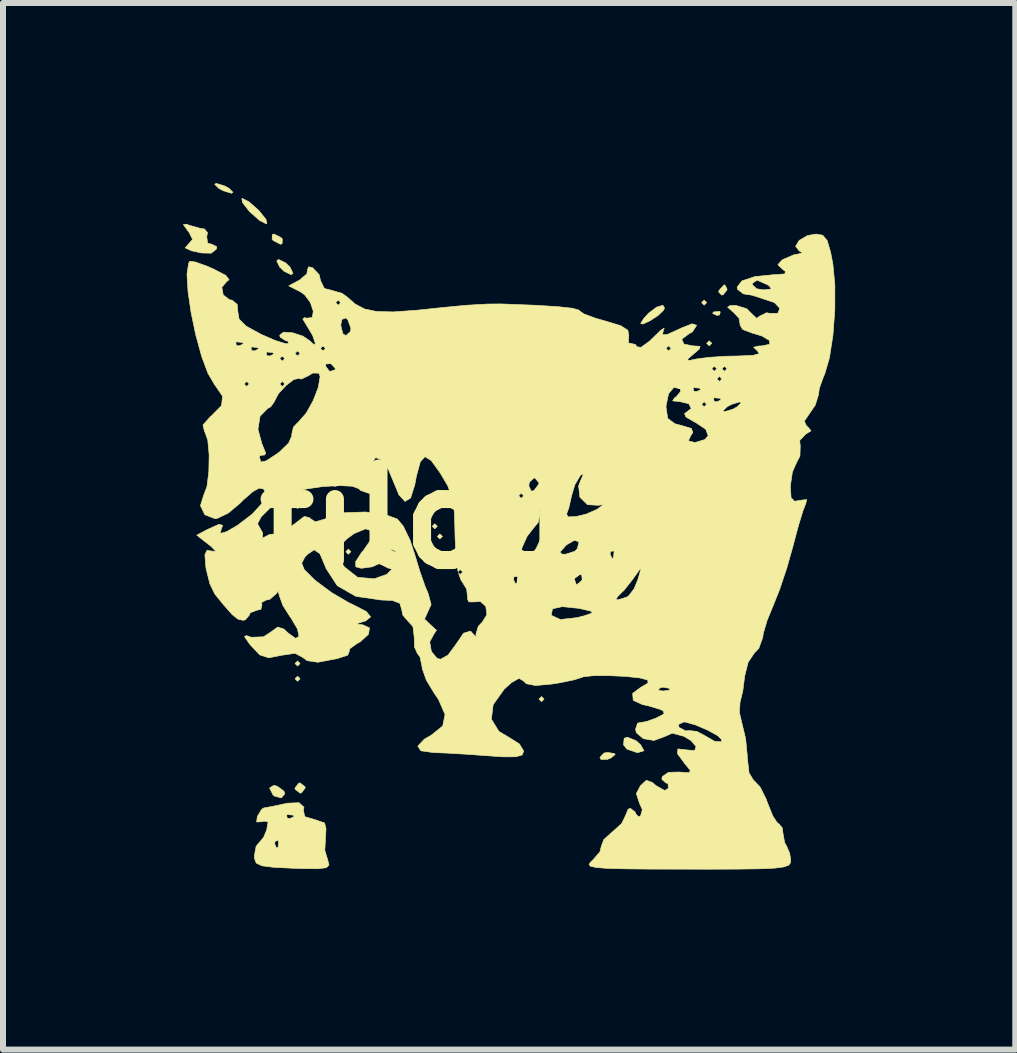
<source format=kicad_pcb>
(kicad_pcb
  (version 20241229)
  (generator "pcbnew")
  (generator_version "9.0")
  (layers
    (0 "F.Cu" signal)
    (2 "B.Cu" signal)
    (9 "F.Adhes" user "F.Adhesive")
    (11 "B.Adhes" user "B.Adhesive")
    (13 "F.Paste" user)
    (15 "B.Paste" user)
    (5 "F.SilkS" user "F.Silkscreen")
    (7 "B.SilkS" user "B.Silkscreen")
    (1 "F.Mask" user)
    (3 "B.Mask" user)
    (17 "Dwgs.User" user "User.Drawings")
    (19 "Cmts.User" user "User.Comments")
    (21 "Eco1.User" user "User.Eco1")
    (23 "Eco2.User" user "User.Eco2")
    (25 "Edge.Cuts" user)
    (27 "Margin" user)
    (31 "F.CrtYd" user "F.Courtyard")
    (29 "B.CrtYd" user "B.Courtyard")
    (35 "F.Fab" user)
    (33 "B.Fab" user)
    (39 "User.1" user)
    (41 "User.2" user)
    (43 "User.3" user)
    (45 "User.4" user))
  (footprint "filou.se"
    (layer "F.Cu")
    (at 5.505 5.59)
    (property "Reference" "filou.se" (at 0 0 0) (layer "F.SilkS") (effects (font (size 1.524 1.524) (thickness 0.3))))
    (attr through_hole)
    (fp_poly (pts (xy -3.556 -0.212) (xy -3.598 -0.169) (xy -3.641 -0.212) (xy -3.598 -0.254) (xy -3.556 -0.212)) (stroke (width 0.01) (type solid)) (fill yes) (layer "F.SilkS"))
    (fp_poly (pts (xy -3.556 2.413) (xy -3.598 2.455) (xy -3.641 2.413) (xy -3.598 2.371) (xy -3.556 2.413)) (stroke (width 0.01) (type solid)) (fill yes) (layer "F.SilkS"))
    (fp_poly (pts (xy -3.556 2.667) (xy -3.598 2.709) (xy -3.641 2.667) (xy -3.598 2.625) (xy -3.556 2.667)) (stroke (width 0.01) (type solid)) (fill yes) (layer "F.SilkS"))
    (fp_poly (pts (xy -2.709 0.55) (xy -2.752 0.593) (xy -2.794 0.55) (xy -2.752 0.508) (xy -2.709 0.55)) (stroke (width 0.01) (type solid)) (fill yes) (layer "F.SilkS"))
    (fp_poly (pts (xy -1.27 0.127) (xy -1.312 0.169) (xy -1.355 0.127) (xy -1.312 0.085) (xy -1.27 0.127)) (stroke (width 0.01) (type solid)) (fill yes) (layer "F.SilkS"))
    (fp_poly (pts (xy -1.185 0.296) (xy -1.228 0.339) (xy -1.27 0.296) (xy -1.228 0.254) (xy -1.185 0.296)) (stroke (width 0.01) (type solid)) (fill yes) (layer "F.SilkS"))
    (fp_poly (pts (xy 0.508 3.006) (xy 0.466 3.048) (xy 0.423 3.006) (xy 0.466 2.963) (xy 0.508 3.006)) (stroke (width 0.01) (type solid)) (fill yes) (layer "F.SilkS"))
    (fp_poly (pts (xy 3.217 -3.598) (xy 3.175 -3.556) (xy 3.133 -3.598) (xy 3.175 -3.641) (xy 3.217 -3.598)) (stroke (width 0.01) (type solid)) (fill yes) (layer "F.SilkS"))
    (fp_poly (pts (xy 3.302 -2.921) (xy 3.26 -2.879) (xy 3.217 -2.921) (xy 3.26 -2.963) (xy 3.302 -2.921)) (stroke (width 0.01) (type solid)) (fill yes) (layer "F.SilkS"))
    (fp_poly (pts (xy 3.443 -3.443) (xy 3.431 -3.393) (xy 3.387 -3.387) (xy 3.317 -3.418) (xy 3.33 -3.443) (xy 3.431 -3.453) (xy 3.443 -3.443)) (stroke (width 0.01) (type solid)) (fill yes) (layer "F.SilkS"))
    (fp_poly (pts (xy -4.814 -5.543) (xy -4.741 -5.503) (xy -4.674 -5.436) (xy -4.699 -5.421) (xy -4.838 -5.463) (xy -4.911 -5.503) (xy -4.978 -5.57) (xy -4.953 -5.585) (xy -4.814 -5.543)) (stroke (width 0.01) (type solid)) (fill yes) (layer "F.SilkS"))
    (fp_poly (pts (xy -3.937 4.457) (xy -3.825 4.54) (xy -3.81 4.581) (xy -3.867 4.652) (xy -3.982 4.622) (xy -4.008 4.6) (xy -4.064 4.488) (xy -3.995 4.443) (xy -3.937 4.457)) (stroke (width 0.01) (type solid)) (fill yes) (layer "F.SilkS"))
    (fp_poly (pts (xy -3.87 -4.68) (xy -3.852 -4.657) (xy -3.856 -4.579) (xy -3.885 -4.572) (xy -4.004 -4.634) (xy -4.022 -4.657) (xy -4.018 -4.735) (xy -3.989 -4.741) (xy -3.87 -4.68)) (stroke (width 0.01) (type solid)) (fill yes) (layer "F.SilkS"))
    (fp_poly (pts (xy -3.796 -4.26) (xy -3.725 -4.191) (xy -3.675 -4.089) (xy -3.705 -4.064) (xy -3.824 -4.122) (xy -3.895 -4.191) (xy -3.945 -4.293) (xy -3.915 -4.318) (xy -3.796 -4.26)) (stroke (width 0.01) (type solid)) (fill yes) (layer "F.SilkS"))
    (fp_poly (pts (xy -3.474 4.467) (xy -3.471 4.487) (xy -3.536 4.57) (xy -3.556 4.572) (xy -3.638 4.508) (xy -3.641 4.487) (xy -3.576 4.405) (xy -3.556 4.403) (xy -3.474 4.467)) (stroke (width 0.01) (type solid)) (fill yes) (layer "F.SilkS"))
    (fp_poly (pts (xy 1.679 3.913) (xy 1.693 3.928) (xy 1.627 3.983) (xy 1.566 4.01) (xy 1.457 4.012) (xy 1.439 3.977) (xy 1.508 3.904) (xy 1.566 3.895) (xy 1.679 3.913)) (stroke (width 0.01) (type solid)) (fill yes) (layer "F.SilkS"))
    (fp_poly (pts (xy 3.555 -3.829) (xy 3.556 -3.81) (xy 3.491 -3.729) (xy 3.466 -3.725) (xy 3.416 -3.777) (xy 3.429 -3.81) (xy 3.505 -3.891) (xy 3.519 -3.895) (xy 3.555 -3.829)) (stroke (width 0.01) (type solid)) (fill yes) (layer "F.SilkS"))
    (fp_poly (pts (xy 2.043 3.7) (xy 2.117 3.768) (xy 2.172 3.866) (xy 2.082 3.894) (xy 2.051 3.895) (xy 1.889 3.839) (xy 1.832 3.768) (xy 1.843 3.658) (xy 1.897 3.641) (xy 2.043 3.7)) (stroke (width 0.01) (type solid)) (fill yes) (layer "F.SilkS"))
    (fp_poly (pts (xy 2.515 -3.508) (xy 2.498 -3.472) (xy 2.407 -3.384) (xy 2.271 -3.295) (xy 2.154 -3.242) (xy 2.117 -3.251) (xy 2.169 -3.334) (xy 2.25 -3.423) (xy 2.383 -3.523) (xy 2.488 -3.555) (xy 2.515 -3.508)) (stroke (width 0.01) (type solid)) (fill yes) (layer "F.SilkS"))
    (fp_poly (pts (xy -4.406 -5.277) (xy -4.25 -5.14) (xy -4.233 -5.122) (xy -4.124 -4.984) (xy -4.109 -4.913) (xy -4.119 -4.911) (xy -4.23 -4.967) (xy -4.386 -5.105) (xy -4.403 -5.122) (xy -4.512 -5.261) (xy -4.527 -5.332) (xy -4.517 -5.334) (xy -4.406 -5.277)) (stroke (width 0.01) (type solid)) (fill yes) (layer "F.SilkS"))
    (fp_poly (pts (xy -5.391 -4.884) (xy -5.217 -4.835) (xy -5.149 -4.826) (xy -5.098 -4.764) (xy -5.111 -4.699) (xy -5.097 -4.59) (xy -5.03 -4.572) (xy -4.944 -4.53) (xy -4.953 -4.487) (xy -5.038 -4.422) (xy -5.201 -4.426) (xy -5.367 -4.463) (xy -5.47 -4.511) (xy -5.415 -4.574) (xy -5.347 -4.652) (xy -5.405 -4.769) (xy -5.424 -4.793) (xy -5.5 -4.899) (xy -5.452 -4.906) (xy -5.391 -4.884)) (stroke (width 0.01) (type solid)) (fill yes) (layer "F.SilkS"))
    (fp_poly (pts (xy -3.492 4.806) (xy -3.5 4.863) (xy -3.478 4.964) (xy -3.319 5.011) (xy -3.148 5.069) (xy -3.124 5.165) (xy -3.144 5.527) (xy -3.092 5.697) (xy -3.074 5.772) (xy -3.12 5.815) (xy -3.261 5.832) (xy -3.528 5.829) (xy -3.673 5.824) (xy -4 5.808) (xy -4.193 5.783) (xy -4.287 5.737) (xy -4.316 5.66) (xy -4.318 5.616) (xy -4.288 5.458) (xy -4.256 5.419) (xy -3.979 5.419) (xy -3.948 5.488) (xy -3.923 5.475) (xy -3.913 5.375) (xy -3.923 5.362) (xy -3.973 5.374) (xy -3.979 5.419) (xy -4.256 5.419) (xy -4.245 5.405) (xy -4.164 5.31) (xy -4.112 5.186) (xy -4.089 5.052) (xy -4.159 5.038) (xy -4.186 5.048) (xy -4.28 5.053) (xy -4.268 4.962) (xy -4.254 4.939) (xy -3.782 4.939) (xy -3.77 4.989) (xy -3.725 4.995) (xy -3.656 4.964) (xy -3.669 4.939) (xy -3.769 4.929) (xy -3.782 4.939) (xy -4.254 4.939) (xy -4.195 4.841) (xy -4.161 4.82) (xy -4.005 4.791) (xy -3.768 4.74) (xy -3.574 4.732) (xy -3.492 4.806)) (stroke (width 0.01) (type solid)) (fill yes) (layer "F.SilkS"))
    (fp_poly (pts (xy 5.151 -4.721) (xy 5.225 -4.633) (xy 5.281 -4.441) (xy 5.319 -4.246) (xy 5.353 -3.892) (xy 5.352 -3.476) (xy 5.32 -3.053) (xy 5.262 -2.678) (xy 5.183 -2.407) (xy 5.167 -2.375) (xy 5.094 -2.172) (xy 5.08 -2.065) (xy 5.026 -1.891) (xy 4.935 -1.758) (xy 4.844 -1.625) (xy 4.881 -1.543) (xy 4.9 -1.531) (xy 4.956 -1.463) (xy 4.867 -1.408) (xy 4.766 -1.301) (xy 4.776 -1.216) (xy 4.771 -1.042) (xy 4.722 -0.95) (xy 4.645 -0.777) (xy 4.611 -0.542) (xy 4.611 -0.537) (xy 4.623 -0.349) (xy 4.682 -0.289) (xy 4.77 -0.305) (xy 4.882 -0.318) (xy 4.87 -0.257) (xy 4.821 -0.13) (xy 4.747 0.112) (xy 4.665 0.419) (xy 4.657 0.45) (xy 4.553 0.819) (xy 4.432 1.182) (xy 4.329 1.439) (xy 4.224 1.696) (xy 4.16 1.912) (xy 4.151 1.98) (xy 4.085 2.162) (xy 4.009 2.242) (xy 3.908 2.393) (xy 3.851 2.619) (xy 3.849 2.632) (xy 3.819 2.872) (xy 3.775 3.051) (xy 3.773 3.055) (xy 3.762 3.228) (xy 3.807 3.42) (xy 3.866 3.663) (xy 3.894 3.953) (xy 3.895 3.988) (xy 3.923 4.235) (xy 4 4.363) (xy 4.01 4.367) (xy 4.107 4.47) (xy 4.208 4.672) (xy 4.235 4.746) (xy 4.319 4.953) (xy 4.396 5.07) (xy 4.416 5.08) (xy 4.476 5.15) (xy 4.487 5.235) (xy 4.516 5.397) (xy 4.546 5.449) (xy 4.6 5.574) (xy 4.616 5.674) (xy 4.614 5.731) (xy 4.583 5.773) (xy 4.502 5.802) (xy 4.35 5.822) (xy 4.105 5.833) (xy 3.747 5.838) (xy 3.253 5.84) (xy 2.886 5.839) (xy 2.303 5.838) (xy 1.87 5.834) (xy 1.568 5.826) (xy 1.378 5.812) (xy 1.281 5.79) (xy 1.257 5.759) (xy 1.288 5.717) (xy 1.319 5.689) (xy 1.439 5.55) (xy 1.464 5.45) (xy 1.505 5.344) (xy 1.647 5.217) (xy 1.648 5.217) (xy 1.802 5.078) (xy 1.863 4.951) (xy 1.909 4.84) (xy 1.947 4.826) (xy 2.029 4.891) (xy 2.032 4.916) (xy 2.084 4.967) (xy 2.115 4.954) (xy 2.146 4.847) (xy 2.099 4.744) (xy 2.045 4.581) (xy 2.113 4.45) (xy 2.212 4.359) (xy 2.311 4.394) (xy 2.374 4.448) (xy 2.517 4.529) (xy 2.579 4.493) (xy 2.573 4.411) (xy 2.538 4.403) (xy 2.471 4.342) (xy 2.477 4.297) (xy 2.581 4.226) (xy 2.759 4.221) (xy 2.925 4.234) (xy 2.946 4.194) (xy 2.857 4.087) (xy 2.73 3.915) (xy 2.738 3.836) (xy 2.879 3.852) (xy 3.017 3.864) (xy 3.041 3.798) (xy 2.957 3.697) (xy 2.839 3.626) (xy 2.644 3.574) (xy 2.504 3.635) (xy 2.34 3.695) (xy 2.162 3.665) (xy 2.046 3.566) (xy 2.032 3.508) (xy 2.059 3.429) (xy 2.746 3.429) (xy 2.755 3.477) (xy 2.872 3.537) (xy 2.912 3.529) (xy 3.053 3.544) (xy 3.174 3.608) (xy 3.348 3.708) (xy 3.456 3.718) (xy 3.471 3.685) (xy 3.402 3.616) (xy 3.235 3.524) (xy 3.036 3.438) (xy 2.868 3.39) (xy 2.836 3.387) (xy 2.746 3.429) (xy 2.059 3.429) (xy 2.067 3.407) (xy 2.095 3.4) (xy 2.214 3.38) (xy 2.371 3.324) (xy 2.507 3.253) (xy 2.495 3.203) (xy 2.441 3.177) (xy 2.227 3.113) (xy 2.149 3.098) (xy 1.994 3.026) (xy 1.984 2.912) (xy 2.055 2.858) (xy 2.407 2.858) (xy 2.491 2.872) (xy 2.6 2.856) (xy 2.602 2.828) (xy 2.488 2.807) (xy 2.439 2.821) (xy 2.407 2.858) (xy 2.055 2.858) (xy 2.123 2.808) (xy 2.124 2.808) (xy 2.24 2.739) (xy 2.235 2.688) (xy 2.101 2.653) (xy 1.864 2.628) (xy 1.587 2.615) (xy 1.332 2.616) (xy 1.163 2.634) (xy 1.138 2.644) (xy 1.012 2.684) (xy 0.784 2.732) (xy 0.647 2.754) (xy 0.367 2.78) (xy 0.212 2.749) (xy 0.166 2.704) (xy 0.091 2.66) (xy -0.035 2.731) (xy -0.156 2.841) (xy -0.34 3.099) (xy -0.369 3.341) (xy -0.245 3.543) (xy -0.076 3.644) (xy 0.096 3.752) (xy 0.169 3.87) (xy 0.169 3.872) (xy 0.143 3.937) (xy 0.04 3.967) (xy -0.17 3.968) (xy -0.445 3.949) (xy -0.794 3.924) (xy -1.116 3.905) (xy -1.333 3.897) (xy -1.544 3.867) (xy -1.595 3.789) (xy -1.485 3.673) (xy -1.369 3.606) (xy -1.18 3.454) (xy -1.141 3.262) (xy -1.251 3.01) (xy -1.323 2.905) (xy -1.454 2.688) (xy -1.522 2.495) (xy -1.524 2.466) (xy -1.558 2.304) (xy -1.601 2.248) (xy -1.651 2.137) (xy -1.654 1.982) (xy -1.676 1.798) (xy -1.747 1.72) (xy -1.844 1.608) (xy -1.863 1.515) (xy -1.894 1.41) (xy -2.017 1.363) (xy -2.206 1.355) (xy -2.627 1.294) (xy -2.937 1.116) (xy -3.125 0.827) (xy -3.132 0.806) (xy -3.224 0.587) (xy -2.947 0.587) (xy -2.86 0.744) (xy -2.815 0.807) (xy -2.598 0.977) (xy -2.322 1.002) (xy -2.111 0.928) (xy -2.001 0.815) (xy -1.948 0.664) (xy -1.967 0.542) (xy -2.032 0.508) (xy -2.109 0.576) (xy -2.117 0.626) (xy -2.189 0.726) (xy -2.354 0.802) (xy -2.535 0.827) (xy -2.628 0.802) (xy -2.63 0.716) (xy -2.533 0.566) (xy -2.501 0.53) (xy -2.363 0.33) (xy -2.359 0.204) (xy -2.464 0.169) (xy -2.652 0.246) (xy -2.773 0.334) (xy -2.92 0.473) (xy -2.947 0.587) (xy -3.224 0.587) (xy -3.226 0.584) (xy -3.321 0.519) (xy -3.44 0.6) (xy -3.478 0.643) (xy -3.529 0.742) (xy -3.487 0.848) (xy -3.33 1.004) (xy -3.298 1.033) (xy -3.034 1.23) (xy -2.748 1.398) (xy -2.688 1.426) (xy -2.454 1.546) (xy -2.38 1.636) (xy -2.463 1.703) (xy -2.519 1.72) (xy -2.618 1.752) (xy -2.552 1.765) (xy -2.512 1.768) (xy -2.4 1.82) (xy -2.417 1.927) (xy -2.551 2.049) (xy -2.61 2.082) (xy -2.73 2.169) (xy -2.741 2.226) (xy -2.765 2.276) (xy -2.941 2.332) (xy -3.26 2.392) (xy -3.438 2.366) (xy -3.514 2.31) (xy -3.639 2.243) (xy -3.859 2.275) (xy -3.862 2.276) (xy -4.078 2.318) (xy -4.227 2.27) (xy -4.383 2.105) (xy -4.403 2.08) (xy -4.483 1.964) (xy -4.446 1.949) (xy -4.369 1.976) (xy -4.165 1.968) (xy -4.055 1.897) (xy -3.928 1.806) (xy -3.826 1.839) (xy -3.754 1.907) (xy -3.629 1.995) (xy -3.575 1.961) (xy -3.599 1.838) (xy -3.704 1.66) (xy -3.719 1.64) (xy -3.843 1.446) (xy -3.901 1.284) (xy -3.901 1.28) (xy -3.923 1.205) (xy -3.951 1.249) (xy -4.062 1.345) (xy -4.118 1.355) (xy -4.2 1.398) (xy -4.191 1.439) (xy -4.21 1.512) (xy -4.271 1.524) (xy -4.387 1.568) (xy -4.403 1.609) (xy -4.47 1.687) (xy -4.511 1.693) (xy -4.59 1.674) (xy -4.687 1.598) (xy -4.832 1.434) (xy -4.977 1.255) (xy -5.06 1.082) (xy -5.121 0.837) (xy -5.126 0.804) (xy -5.142 0.602) (xy -5.107 0.528) (xy -5.017 0.542) (xy -4.96 0.543) (xy -5.041 0.46) (xy -5.073 0.435) (xy -5.277 0.275) (xy -5.099 0.18) (xy -4.907 0.094) (xy -4.845 0.112) (xy -4.868 0.169) (xy -4.886 0.247) (xy -4.778 0.216) (xy -4.59 0.106) (xy -4.558 0.081) (xy -4.264 0.081) (xy -4.246 0.119) (xy -4.178 0.24) (xy -4.181 0.278) (xy -4.183 0.335) (xy -4.17 0.318) (xy -4.066 0.264) (xy -3.972 0.254) (xy -3.797 0.197) (xy -3.631 0.075) (xy -3.484 -0.038) (xy -3.396 -0.014) (xy -3.388 -0.002) (xy -3.303 0.053) (xy -3.146 0.008) (xy -3.08 -0.025) (xy -2.81 -0.099) (xy -2.465 -0.111) (xy -2.128 -0.064) (xy -1.937 0.006) (xy -1.836 0.126) (xy -1.726 0.355) (xy -1.654 0.571) (xy -1.563 0.871) (xy -1.473 1.128) (xy -1.423 1.246) (xy -1.373 1.432) (xy -1.431 1.557) (xy -1.483 1.672) (xy -1.386 1.766) (xy -1.381 1.77) (xy -1.284 1.859) (xy -1.33 1.928) (xy -1.396 2.052) (xy -1.369 2.213) (xy -1.273 2.328) (xy -1.216 2.342) (xy -1.093 2.274) (xy -0.969 2.108) (xy -0.966 2.103) (xy -0.832 1.908) (xy -0.716 1.873) (xy -0.648 1.949) (xy -0.622 1.969) (xy -0.628 1.928) (xy -0.587 1.793) (xy -0.523 1.727) (xy -0.444 1.6) (xy -0.445 1.594) (xy 0.628 1.594) (xy 0.639 1.615) (xy 0.779 1.68) (xy 1.057 1.649) (xy 1.185 1.616) (xy 1.307 1.574) (xy 1.297 1.543) (xy 1.138 1.505) (xy 1.078 1.493) (xy 0.81 1.466) (xy 0.651 1.501) (xy 0.628 1.594) (xy -0.445 1.594) (xy -0.462 1.461) (xy -0.553 1.379) (xy -0.636 1.386) (xy -0.744 1.387) (xy -0.762 1.352) (xy -0.763 1.346) (xy 1.703 1.346) (xy 1.736 1.352) (xy 1.881 1.309) (xy 1.915 1.29) (xy 2.009 1.166) (xy 2.071 1.016) (xy 2.132 0.804) (xy 1.981 1.016) (xy 1.845 1.188) (xy 1.741 1.29) (xy 1.703 1.346) (xy -0.763 1.346) (xy -0.781 1.173) (xy -0.868 1.032) (xy -0.875 1.024) (xy -0.878 1.016) (xy 0 1.016) (xy 0.031 1.086) (xy 0.056 1.072) (xy 0.062 1.016) (xy 1.016 1.016) (xy 1.045 1.098) (xy 1.053 1.101) (xy 1.126 1.041) (xy 1.143 1.016) (xy 1.136 0.938) (xy 1.106 0.931) (xy 1.019 0.993) (xy 1.016 1.016) (xy 0.062 1.016) (xy 0.067 0.972) (xy 0.056 0.96) (xy 0.006 0.971) (xy 0 1.016) (xy -0.878 1.016) (xy -0.917 0.903) (xy -0.889 0.931) (xy -0.847 0.889) (xy -0.889 0.847) (xy -0.924 0.882) (xy -0.925 0.882) (xy -0.938 0.781) (xy 0.094 0.781) (xy 0.146 0.816) (xy 0.166 0.807) (xy 0.262 0.694) (xy 0.296 0.635) (xy 1.439 0.635) (xy 1.482 0.677) (xy 1.524 0.635) (xy 1.482 0.593) (xy 1.609 0.593) (xy 1.64 0.662) (xy 1.665 0.649) (xy 1.675 0.549) (xy 1.665 0.536) (xy 1.615 0.548) (xy 1.609 0.593) (xy 1.482 0.593) (xy 1.439 0.635) (xy 0.296 0.635) (xy 0.341 0.557) (xy 0.774 0.557) (xy 0.803 0.59) (xy 0.866 0.593) (xy 1.02 0.544) (xy 1.062 0.502) (xy 1.09 0.387) (xy 1.015 0.36) (xy 0.884 0.435) (xy 0.869 0.45) (xy 0.774 0.557) (xy 0.341 0.557) (xy 0.383 0.484) (xy 0.441 0.361) (xy 0.537 0.112) (xy 0.551 -0.037) (xy 0.529 -0.075) (xy 0.883 -0.075) (xy 0.909 -0.03) (xy 1.038 -0.034) (xy 1.214 -0.077) (xy 1.382 -0.151) (xy 1.397 -0.16) (xy 1.493 -0.23) (xy 1.442 -0.228) (xy 1.421 -0.222) (xy 1.231 -0.233) (xy 1.105 -0.358) (xy 1.084 -0.545) (xy 1.111 -0.62) (xy 1.164 -0.74) (xy 1.127 -0.73) (xy 1.108 -0.712) (xy 1.021 -0.565) (xy 0.966 -0.38) (xy 0.922 -0.183) (xy 0.883 -0.075) (xy 0.529 -0.075) (xy 0.505 -0.115) (xy 0.431 -0.163) (xy 0.44 -0.086) (xy 0.412 0.06) (xy 0.324 0.168) (xy 0.225 0.296) (xy 0.145 0.473) (xy 0.097 0.651) (xy 0.094 0.781) (xy -0.938 0.781) (xy -0.96 0.619) (xy -0.975 0.284) (xy -0.975 0.262) (xy -0.984 -0.093) (xy -1.019 -0.342) (xy -1.034 -0.381) (xy 0.085 -0.381) (xy 0.127 -0.339) (xy 0.169 -0.381) (xy 0.127 -0.423) (xy 0.085 -0.381) (xy -1.034 -0.381) (xy -1.095 -0.545) (xy 0.254 -0.545) (xy 0.295 -0.458) (xy 0.339 -0.466) (xy 0.42 -0.574) (xy 0.423 -0.598) (xy 0.359 -0.675) (xy 0.339 -0.677) (xy 0.264 -0.608) (xy 0.254 -0.545) (xy -1.095 -0.545) (xy -1.096 -0.548) (xy -1.218 -0.755) (xy -1.369 -0.965) (xy -1.475 -1.033) (xy -1.552 -0.951) (xy -1.618 -0.71) (xy -1.645 -0.566) (xy -1.715 -0.343) (xy -1.808 -0.287) (xy -1.91 -0.397) (xy -1.975 -0.556) (xy -2.085 -0.819) (xy -2.2 -0.976) (xy -2.297 -1.019) (xy -2.352 -0.935) (xy -2.345 -0.72) (xy -2.33 -0.51) (xy -2.382 -0.428) (xy -2.413 -0.423) (xy -2.551 -0.471) (xy -2.577 -0.499) (xy -2.686 -0.54) (xy -2.905 -0.551) (xy -3.177 -0.535) (xy -3.447 -0.495) (xy -3.641 -0.441) (xy -3.852 -0.33) (xy -4.051 -0.183) (xy -4.201 -0.034) (xy -4.264 0.081) (xy -4.558 0.081) (xy -4.349 -0.079) (xy -4.187 -0.259) (xy -4.121 -0.407) (xy -4.165 -0.495) (xy -4.238 -0.508) (xy -4.341 -0.452) (xy -4.503 -0.311) (xy -4.559 -0.254) (xy -4.753 -0.092) (xy -4.935 -0.005) (xy -4.974 0) (xy -5.142 -0.065) (xy -5.216 -0.216) (xy -5.165 -0.381) (xy -5.107 -0.535) (xy -5.076 -0.784) (xy -5.071 -1.063) (xy -5.094 -1.309) (xy -5.146 -1.455) (xy -5.149 -1.458) (xy -5.157 -1.489) (xy -4.258 -1.489) (xy -4.19 -1.24) (xy -4.185 -1.23) (xy -4.129 -1.092) (xy -4.149 -1.058) (xy -4.152 -1.061) (xy -4.228 -1.05) (xy -4.233 -1.021) (xy -4.21 -0.944) (xy -4.123 -0.961) (xy -3.941 -1.08) (xy -3.898 -1.112) (xy -3.747 -1.258) (xy -3.692 -1.383) (xy -3.696 -1.399) (xy -3.667 -1.525) (xy -3.574 -1.621) (xy -3.453 -1.759) (xy -3.399 -1.856) (xy 2.54 -1.856) (xy 2.568 -1.67) (xy 2.688 -1.581) (xy 2.795 -1.553) (xy 2.963 -1.503) (xy 2.986 -1.434) (xy 2.954 -1.386) (xy 2.911 -1.296) (xy 3.014 -1.27) (xy 3.029 -1.27) (xy 3.188 -1.318) (xy 3.242 -1.38) (xy 3.202 -1.489) (xy 3.033 -1.602) (xy 3.021 -1.607) (xy 2.874 -1.692) (xy 2.848 -1.751) (xy 2.861 -1.758) (xy 2.91 -1.796) (xy 3.488 -1.796) (xy 3.514 -1.781) (xy 3.653 -1.823) (xy 3.725 -1.863) (xy 3.793 -1.93) (xy 3.768 -1.945) (xy 3.629 -1.903) (xy 3.556 -1.863) (xy 3.488 -1.796) (xy 2.91 -1.796) (xy 2.96 -1.834) (xy 2.925 -1.905) (xy 3.133 -1.905) (xy 3.175 -1.863) (xy 3.217 -1.905) (xy 3.175 -1.947) (xy 3.133 -1.905) (xy 2.925 -1.905) (xy 2.92 -1.914) (xy 2.773 -1.949) (xy 2.65 -1.962) (xy 2.677 -2.004) (xy 3.33 -2.004) (xy 3.342 -1.953) (xy 3.387 -1.947) (xy 3.456 -1.978) (xy 3.443 -2.004) (xy 3.343 -2.014) (xy 3.33 -2.004) (xy 2.677 -2.004) (xy 2.682 -2.012) (xy 2.707 -2.029) (xy 2.786 -2.121) (xy 2.776 -2.163) (xy 2.734 -2.173) (xy 2.992 -2.173) (xy 3.003 -2.123) (xy 3.048 -2.117) (xy 3.118 -2.148) (xy 3.104 -2.173) (xy 3.004 -2.183) (xy 2.992 -2.173) (xy 2.734 -2.173) (xy 2.671 -2.188) (xy 2.583 -2.083) (xy 2.541 -1.885) (xy 2.54 -1.856) (xy -3.399 -1.856) (xy -3.337 -1.968) (xy -3.252 -2.189) (xy -3.229 -2.328) (xy 3.387 -2.328) (xy 3.429 -2.286) (xy 3.471 -2.328) (xy 3.429 -2.371) (xy 3.387 -2.328) (xy -3.229 -2.328) (xy -3.222 -2.364) (xy -3.241 -2.423) (xy -3.344 -2.426) (xy -3.414 -2.383) (xy -3.535 -2.325) (xy -3.578 -2.336) (xy -3.661 -2.318) (xy -3.792 -2.217) (xy -3.916 -2.082) (xy -3.978 -1.966) (xy -3.979 -1.956) (xy -4.046 -1.862) (xy -4.095 -1.837) (xy -4.223 -1.707) (xy -4.258 -1.489) (xy -5.157 -1.489) (xy -5.174 -1.56) (xy -5.052 -1.697) (xy -5.033 -1.712) (xy -4.864 -1.883) (xy -4.848 -2.04) (xy -4.979 -2.233) (xy -4.984 -2.238) (xy -4.987 -2.244) (xy -4.487 -2.244) (xy -4.445 -2.201) (xy -4.403 -2.244) (xy -3.895 -2.244) (xy -3.852 -2.201) (xy -3.81 -2.244) (xy -3.852 -2.286) (xy -3.895 -2.244) (xy -4.403 -2.244) (xy -4.445 -2.286) (xy -4.487 -2.244) (xy -4.987 -2.244) (xy -5.091 -2.422) (xy -5.137 -2.545) (xy -3.133 -2.545) (xy -3.071 -2.459) (xy -3.048 -2.455) (xy -2.966 -2.484) (xy -2.963 -2.493) (xy -2.967 -2.498) (xy 3.302 -2.498) (xy 3.344 -2.455) (xy 3.387 -2.498) (xy 3.471 -2.498) (xy 3.514 -2.455) (xy 3.556 -2.498) (xy 3.514 -2.54) (xy 3.471 -2.498) (xy 3.387 -2.498) (xy 3.344 -2.54) (xy 3.302 -2.498) (xy -2.967 -2.498) (xy -3.023 -2.565) (xy -3.048 -2.582) (xy -3.126 -2.576) (xy -3.133 -2.545) (xy -5.137 -2.545) (xy -5.182 -2.667) (xy -3.895 -2.667) (xy -3.852 -2.625) (xy -3.81 -2.667) (xy -3.852 -2.709) (xy -3.895 -2.667) (xy -5.182 -2.667) (xy -5.198 -2.711) (xy -5.213 -2.766) (xy -4.12 -2.766) (xy -4.109 -2.715) (xy -4.064 -2.709) (xy -3.994 -2.74) (xy -4 -2.752) (xy -3.641 -2.752) (xy -3.598 -2.709) (xy -3.556 -2.752) (xy -3.598 -2.794) (xy -3.641 -2.752) (xy -4 -2.752) (xy -4.008 -2.766) (xy -4.108 -2.776) (xy -4.12 -2.766) (xy -5.213 -2.766) (xy -5.236 -2.85) (xy -4.374 -2.85) (xy -4.363 -2.8) (xy -4.318 -2.794) (xy -4.248 -2.825) (xy -4.254 -2.836) (xy -3.217 -2.836) (xy -3.175 -2.794) (xy -3.133 -2.836) (xy 2.54 -2.836) (xy 2.582 -2.794) (xy 2.625 -2.836) (xy 2.582 -2.879) (xy 2.54 -2.836) (xy -3.133 -2.836) (xy -3.175 -2.879) (xy -3.217 -2.836) (xy -4.254 -2.836) (xy -4.262 -2.85) (xy -4.362 -2.861) (xy -4.374 -2.85) (xy -5.236 -2.85) (xy -5.259 -2.935) (xy -4.628 -2.935) (xy -4.617 -2.885) (xy -4.572 -2.879) (xy -4.502 -2.91) (xy -4.516 -2.935) (xy -4.616 -2.945) (xy -4.628 -2.935) (xy -5.259 -2.935) (xy -5.294 -3.062) (xy -5.372 -3.435) (xy -5.423 -3.786) (xy -5.44 -4.075) (xy -5.412 -4.258) (xy -5.393 -4.287) (xy -5.303 -4.276) (xy -5.114 -4.209) (xy -5.003 -4.161) (xy -4.793 -4.052) (xy -4.739 -3.98) (xy -4.777 -3.951) (xy -4.86 -3.854) (xy -4.836 -3.726) (xy -4.727 -3.644) (xy -4.691 -3.641) (xy -4.604 -3.57) (xy -4.594 -3.454) (xy -4.572 -3.324) (xy -4.454 -3.207) (xy -4.206 -3.071) (xy -4.202 -3.069) (xy -3.966 -2.967) (xy -3.796 -2.915) (xy -3.743 -2.917) (xy -3.762 -2.96) (xy -3.796 -2.963) (xy -3.889 -3.026) (xy -3.895 -3.057) (xy -3.83 -3.107) (xy -3.679 -3.096) (xy -3.507 -3.04) (xy -3.38 -2.952) (xy -3.368 -2.935) (xy -3.312 -2.893) (xy -3.303 -2.923) (xy -3.347 -3.053) (xy -3.433 -3.197) (xy -3.448 -3.222) (xy -2.879 -3.222) (xy -2.844 -3.082) (xy -2.794 -3.048) (xy -2.718 -3.116) (xy -2.709 -3.17) (xy -2.761 -3.314) (xy -2.794 -3.344) (xy -2.861 -3.318) (xy -2.879 -3.222) (xy -3.448 -3.222) (xy -3.511 -3.326) (xy -3.48 -3.35) (xy -3.447 -3.339) (xy -3.353 -3.351) (xy -3.336 -3.454) (xy -3.383 -3.598) (xy -2.963 -3.598) (xy -2.921 -3.556) (xy -2.879 -3.598) (xy -2.921 -3.641) (xy -2.963 -3.598) (xy -3.383 -3.598) (xy -3.383 -3.599) (xy -3.483 -3.732) (xy -3.552 -3.78) (xy -3.745 -3.878) (xy -3.564 -3.975) (xy -3.443 -4.077) (xy -3.431 -4.152) (xy -3.413 -4.196) (xy -3.349 -4.181) (xy -3.238 -4.064) (xy -3.217 -3.97) (xy -3.153 -3.835) (xy -3.054 -3.81) (xy -2.856 -3.753) (xy -2.777 -3.696) (xy -2.635 -3.573) (xy -2.48 -3.492) (xy -2.281 -3.451) (xy -2.006 -3.444) (xy -1.623 -3.471) (xy -1.143 -3.521) (xy -0.784 -3.555) (xy -0.439 -3.575) (xy -0.212 -3.577) (xy 0.34 -3.556) (xy 0.734 -3.532) (xy 0.981 -3.505) (xy 1.092 -3.473) (xy 1.101 -3.46) (xy 1.175 -3.409) (xy 1.366 -3.339) (xy 1.529 -3.292) (xy 1.784 -3.215) (xy 1.904 -3.139) (xy 1.921 -3.043) (xy 1.918 -3.031) (xy 1.915 -2.925) (xy 1.948 -2.921) (xy 2.033 -2.9) (xy 2.051 -2.865) (xy 2.123 -2.853) (xy 2.268 -2.959) (xy 2.323 -3.013) (xy 2.455 -3.14) (xy 2.51 -3.174) (xy 2.503 -3.154) (xy 2.477 -3.065) (xy 2.556 -3.066) (xy 2.756 -3.156) (xy 2.798 -3.177) (xy 2.975 -3.246) (xy 3.048 -3.222) (xy 3.048 -3.217) (xy 2.98 -3.112) (xy 2.921 -3.079) (xy 2.803 -2.991) (xy 2.836 -2.909) (xy 2.98 -2.879) (xy 3.108 -2.871) (xy 3.093 -2.824) (xy 3.001 -2.745) (xy 2.893 -2.651) (xy 2.928 -2.635) (xy 3.048 -2.66) (xy 3.254 -2.687) (xy 3.547 -2.706) (xy 3.725 -2.709) (xy 3.987 -2.72) (xy 4.093 -2.749) (xy 4.064 -2.794) (xy 3.999 -2.855) (xy 4.083 -2.876) (xy 4.132 -2.877) (xy 4.268 -2.905) (xy 4.264 -2.968) (xy 4.138 -3.043) (xy 3.978 -3.091) (xy 3.817 -3.152) (xy 3.773 -3.225) (xy 3.775 -3.23) (xy 3.757 -3.338) (xy 3.67 -3.432) (xy 3.566 -3.522) (xy 3.608 -3.55) (xy 3.7 -3.553) (xy 3.883 -3.498) (xy 3.963 -3.418) (xy 4.05 -3.337) (xy 4.097 -3.372) (xy 4.214 -3.43) (xy 4.27 -3.42) (xy 4.401 -3.42) (xy 4.436 -3.503) (xy 4.349 -3.598) (xy 4.339 -3.602) (xy 3.976 -3.722) (xy 3.831 -3.744) (xy 3.733 -3.818) (xy 3.725 -3.857) (xy 3.754 -3.895) (xy 3.979 -3.895) (xy 4.051 -3.829) (xy 4.17 -3.811) (xy 4.294 -3.825) (xy 4.263 -3.874) (xy 4.233 -3.895) (xy 4.058 -3.973) (xy 3.982 -3.923) (xy 3.979 -3.895) (xy 3.754 -3.895) (xy 3.804 -3.96) (xy 4.018 -4.032) (xy 4.335 -4.064) (xy 4.36 -4.064) (xy 4.52 -4.077) (xy 4.528 -4.119) (xy 4.487 -4.15) (xy 4.403 -4.23) (xy 4.47 -4.305) (xy 4.487 -4.317) (xy 4.669 -4.395) (xy 4.741 -4.408) (xy 4.814 -4.428) (xy 4.759 -4.46) (xy 4.699 -4.537) (xy 4.758 -4.635) (xy 4.897 -4.716) (xy 5.039 -4.741) (xy 5.151 -4.721)) (stroke (width 0.01) (type solid)) (fill yes) (layer "F.SilkS")))
  (gr_rect
    (start -3 -3)
    (end 13.863 14.435)
    (stroke (width 0.1) (type default))
    (fill no)
    (layer "Edge.Cuts")))
</source>
